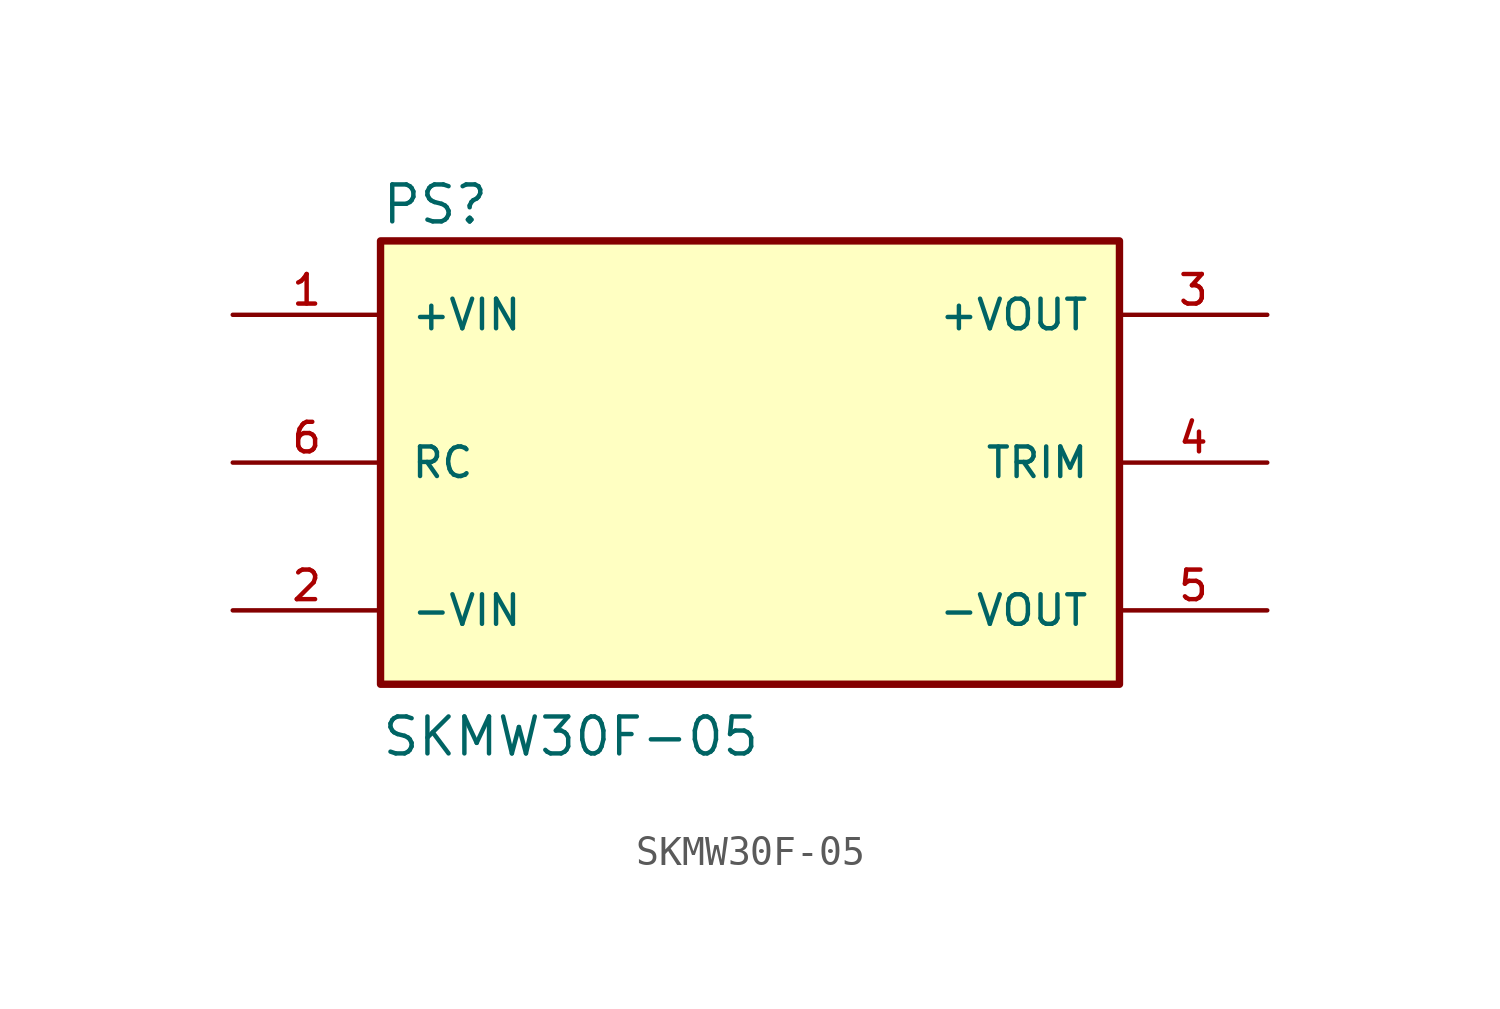
<source format=kicad_sym>
(kicad_symbol_lib
  (version 20241209)
  (generator "kicad_symbol_editor")
  (generator_version "9.0")
  (symbol "SKMW30F-05"
    (pin_names
      (offset 1.016))
    (property "Reference" "PS"
      (at -12.7 8.128 0)
      (effects (font (size 1.27 1.27)) (justify left bottom)))
    (property "Value" "SKMW30F-05"
      (at -12.7 -10.16 0)
      (effects (font (size 1.27 1.27)) (justify left bottom)))
    (symbol "SKMW30F-05_0_0"
      (rectangle (start -12.7 7.62) (end 12.7 -7.62) (stroke (width 0.254) (type default)) (fill (type background)))
      (pin input line (at -17.78 5.08 0) (length 5.08) (name "+VIN" (effects (font (size 1.016 1.016)))) (number "1" (effects (font (size 1.016 1.016)))))
      (pin passive line (at -17.78 0 0) (length 5.08) (name "RC" (effects (font (size 1.016 1.016)))) (number "6" (effects (font (size 1.016 1.016)))))
      (pin input line (at -17.78 -5.08 0) (length 5.08) (name "-VIN" (effects (font (size 1.016 1.016)))) (number "2" (effects (font (size 1.016 1.016)))))
      (pin output line (at 17.78 5.08 180) (length 5.08) (name "+VOUT" (effects (font (size 1.016 1.016)))) (number "3" (effects (font (size 1.016 1.016)))))
      (pin passive line (at 17.78 0 180) (length 5.08) (name "TRIM" (effects (font (size 1.016 1.016)))) (number "4" (effects (font (size 1.016 1.016)))))
      (pin output line (at 17.78 -5.08 180) (length 5.08) (name "-VOUT" (effects (font (size 1.016 1.016)))) (number "5" (effects (font (size 1.016 1.016))))))))
</source>
